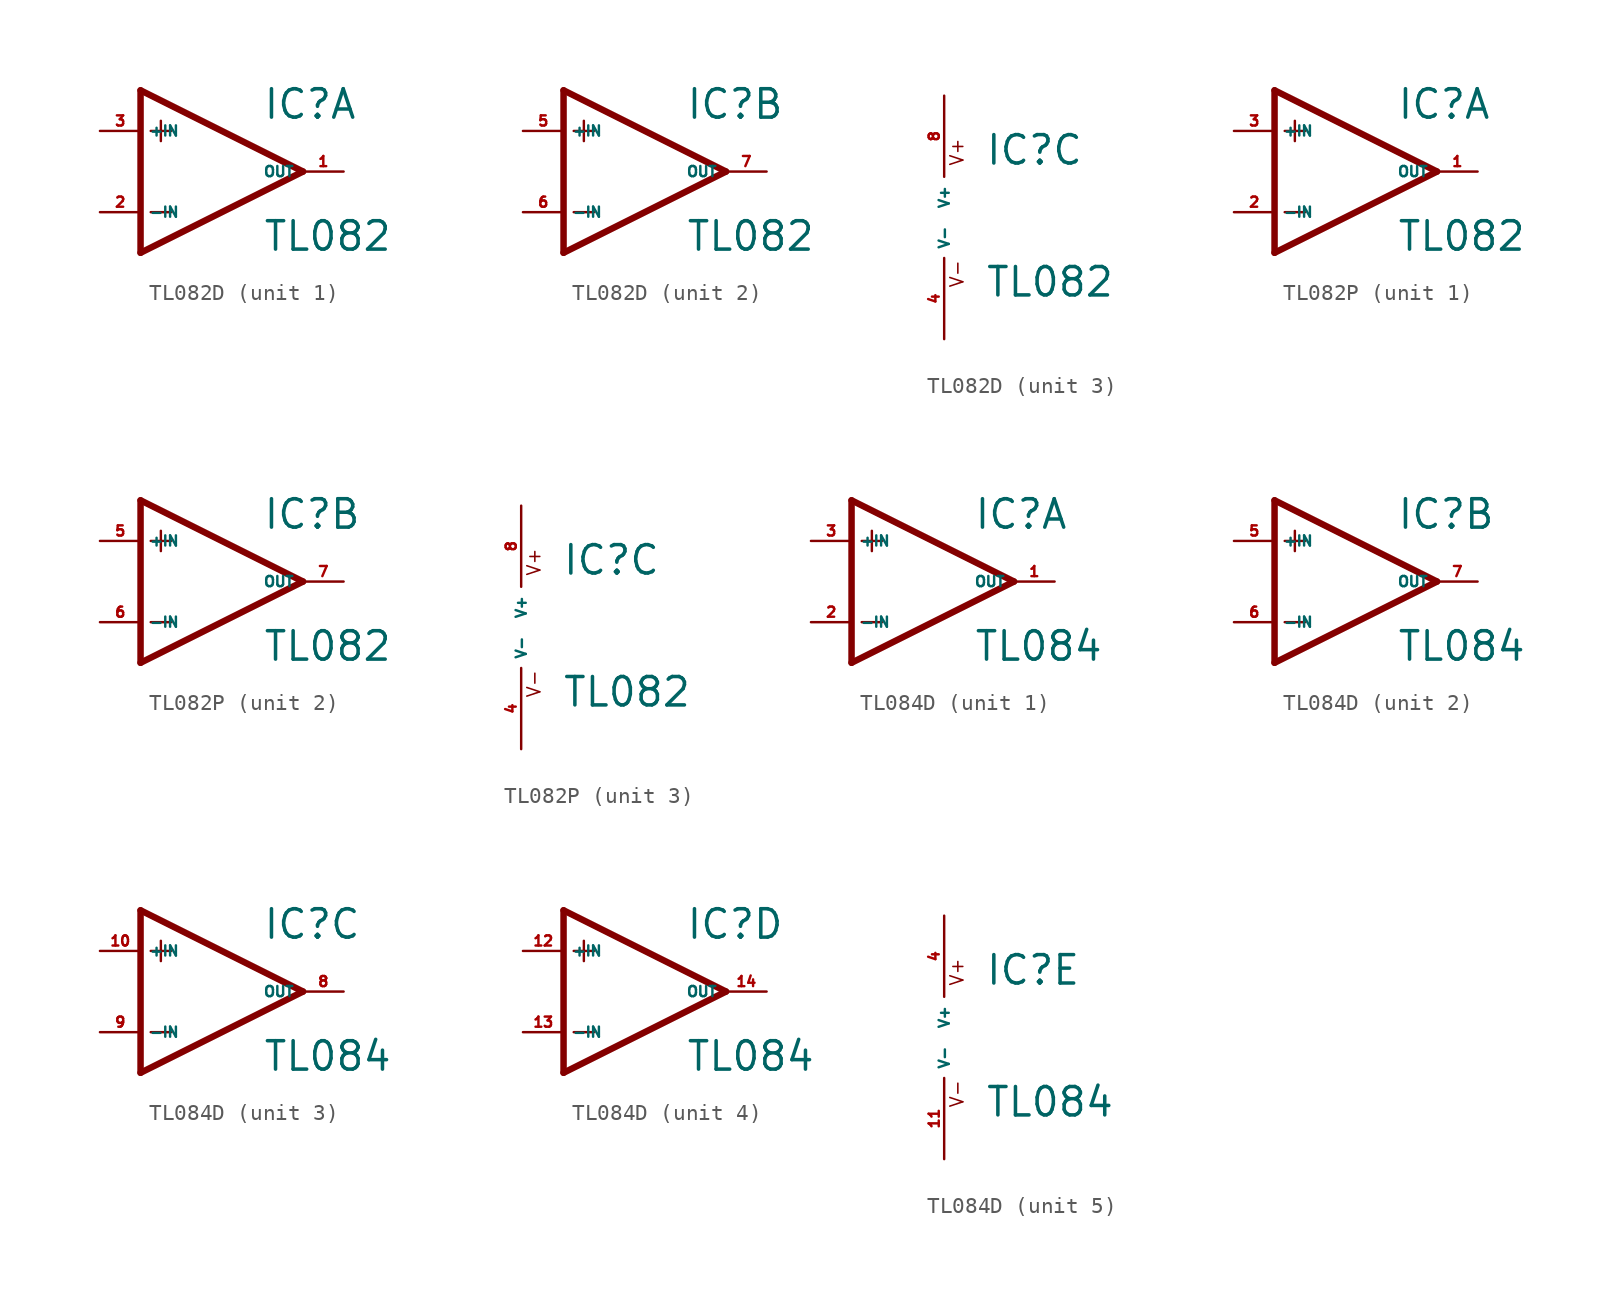
<source format=kicad_sym>
(kicad_symbol_lib
  (version 20220914)
  (generator Eagle2Kicad)
  (symbol "TL082D"
    (property "Reference" "IC"
      (at 2.54 3.175 0)
      (effects (font (size 1.778 1.778) (thickness 0.22)) (justify left bottom)))
    (property "Value" "TL082"
      (at 2.54 -5.08 0)
      (effects (font (size 1.778 1.778) (thickness 0.22)) (justify left bottom)))
    (symbol "TL082D_1_0"
      (polyline (pts (xy -5.08 5.08) (xy -5.08 -5.08)) (stroke (width 0.406) (type default)) (fill (type none)))
      (polyline (pts (xy -5.08 -5.08) (xy 5.08 0)) (stroke (width 0.406) (type default)) (fill (type none)))
      (polyline (pts (xy 5.08 0) (xy -5.08 5.08)) (stroke (width 0.406) (type default)) (fill (type none)))
      (polyline (pts (xy -3.81 3.175) (xy -3.81 1.905)) (stroke (width 0.152) (type default)) (fill (type none)))
      (polyline (pts (xy -4.445 2.54) (xy -3.175 2.54)) (stroke (width 0.152) (type default)) (fill (type none)))
      (polyline (pts (xy -4.445 -2.54) (xy -3.175 -2.54)) (stroke (width 0.152) (type default)) (fill (type none)))
      (pin input line (at -7.62 -2.54 0) (length 2.54) (name "-IN" (effects (font (size 0.635 0.635) (thickness 0.08)) (justify left bottom))) (number "2" (effects (font (size 0.635 0.635) (thickness 0.08)) (justify left bottom))))
      (pin input line (at -7.62 2.54 0) (length 2.54) (name "+IN" (effects (font (size 0.635 0.635) (thickness 0.08)) (justify left bottom))) (number "3" (effects (font (size 0.635 0.635) (thickness 0.08)) (justify left bottom))))
      (pin output line (at 7.62 0 180) (length 2.54) (name "OUT" (effects (font (size 0.635 0.635) (thickness 0.08)) (justify left bottom))) (number "1" (effects (font (size 0.635 0.635) (thickness 0.08)) (justify left bottom)))))
    (symbol "TL082D_2_0"
      (polyline (pts (xy -5.08 5.08) (xy -5.08 -5.08)) (stroke (width 0.406) (type default)) (fill (type none)))
      (polyline (pts (xy -5.08 -5.08) (xy 5.08 0)) (stroke (width 0.406) (type default)) (fill (type none)))
      (polyline (pts (xy 5.08 0) (xy -5.08 5.08)) (stroke (width 0.406) (type default)) (fill (type none)))
      (polyline (pts (xy -3.81 3.175) (xy -3.81 1.905)) (stroke (width 0.152) (type default)) (fill (type none)))
      (polyline (pts (xy -4.445 2.54) (xy -3.175 2.54)) (stroke (width 0.152) (type default)) (fill (type none)))
      (polyline (pts (xy -4.445 -2.54) (xy -3.175 -2.54)) (stroke (width 0.152) (type default)) (fill (type none)))
      (pin input line (at -7.62 -2.54 0) (length 2.54) (name "-IN" (effects (font (size 0.635 0.635) (thickness 0.08)) (justify left bottom))) (number "6" (effects (font (size 0.635 0.635) (thickness 0.08)) (justify left bottom))))
      (pin input line (at -7.62 2.54 0) (length 2.54) (name "+IN" (effects (font (size 0.635 0.635) (thickness 0.08)) (justify left bottom))) (number "5" (effects (font (size 0.635 0.635) (thickness 0.08)) (justify left bottom))))
      (pin output line (at 7.62 0 180) (length 2.54) (name "OUT" (effects (font (size 0.635 0.635) (thickness 0.08)) (justify left bottom))) (number "7" (effects (font (size 0.635 0.635) (thickness 0.08)) (justify left bottom)))))
    (symbol "TL082D_3_0"
      (text "V+" (at 1.27 3.175 900) (effects (font (size 0.813 0.813) (thickness 0.10)) (justify left bottom)))
      (text "V-" (at 1.27 -4.445 900) (effects (font (size 0.813 0.813) (thickness 0.10)) (justify left bottom)))
      (pin unspecified line (at 0 7.62 270) (length 5.08) (name "V+" (effects (font (size 0.635 0.635) (thickness 0.08)) (justify left bottom))) (number "8" (effects (font (size 0.635 0.635) (thickness 0.08)) (justify left bottom))))
      (pin unspecified line (at 0 -7.62 90) (length 5.08) (name "V-" (effects (font (size 0.635 0.635) (thickness 0.08)) (justify left bottom))) (number "4" (effects (font (size 0.635 0.635) (thickness 0.08)) (justify left bottom))))))
  (symbol "TL082P"
    (property "Reference" "IC"
      (at 2.54 3.175 0)
      (effects (font (size 1.778 1.778) (thickness 0.22)) (justify left bottom)))
    (property "Value" "TL082"
      (at 2.54 -5.08 0)
      (effects (font (size 1.778 1.778) (thickness 0.22)) (justify left bottom)))
    (symbol "TL082P_1_0"
      (polyline (pts (xy -5.08 5.08) (xy -5.08 -5.08)) (stroke (width 0.406) (type default)) (fill (type none)))
      (polyline (pts (xy -5.08 -5.08) (xy 5.08 0)) (stroke (width 0.406) (type default)) (fill (type none)))
      (polyline (pts (xy 5.08 0) (xy -5.08 5.08)) (stroke (width 0.406) (type default)) (fill (type none)))
      (polyline (pts (xy -3.81 3.175) (xy -3.81 1.905)) (stroke (width 0.152) (type default)) (fill (type none)))
      (polyline (pts (xy -4.445 2.54) (xy -3.175 2.54)) (stroke (width 0.152) (type default)) (fill (type none)))
      (polyline (pts (xy -4.445 -2.54) (xy -3.175 -2.54)) (stroke (width 0.152) (type default)) (fill (type none)))
      (pin input line (at -7.62 -2.54 0) (length 2.54) (name "-IN" (effects (font (size 0.635 0.635) (thickness 0.08)) (justify left bottom))) (number "2" (effects (font (size 0.635 0.635) (thickness 0.08)) (justify left bottom))))
      (pin input line (at -7.62 2.54 0) (length 2.54) (name "+IN" (effects (font (size 0.635 0.635) (thickness 0.08)) (justify left bottom))) (number "3" (effects (font (size 0.635 0.635) (thickness 0.08)) (justify left bottom))))
      (pin output line (at 7.62 0 180) (length 2.54) (name "OUT" (effects (font (size 0.635 0.635) (thickness 0.08)) (justify left bottom))) (number "1" (effects (font (size 0.635 0.635) (thickness 0.08)) (justify left bottom)))))
    (symbol "TL082P_2_0"
      (polyline (pts (xy -5.08 5.08) (xy -5.08 -5.08)) (stroke (width 0.406) (type default)) (fill (type none)))
      (polyline (pts (xy -5.08 -5.08) (xy 5.08 0)) (stroke (width 0.406) (type default)) (fill (type none)))
      (polyline (pts (xy 5.08 0) (xy -5.08 5.08)) (stroke (width 0.406) (type default)) (fill (type none)))
      (polyline (pts (xy -3.81 3.175) (xy -3.81 1.905)) (stroke (width 0.152) (type default)) (fill (type none)))
      (polyline (pts (xy -4.445 2.54) (xy -3.175 2.54)) (stroke (width 0.152) (type default)) (fill (type none)))
      (polyline (pts (xy -4.445 -2.54) (xy -3.175 -2.54)) (stroke (width 0.152) (type default)) (fill (type none)))
      (pin input line (at -7.62 -2.54 0) (length 2.54) (name "-IN" (effects (font (size 0.635 0.635) (thickness 0.08)) (justify left bottom))) (number "6" (effects (font (size 0.635 0.635) (thickness 0.08)) (justify left bottom))))
      (pin input line (at -7.62 2.54 0) (length 2.54) (name "+IN" (effects (font (size 0.635 0.635) (thickness 0.08)) (justify left bottom))) (number "5" (effects (font (size 0.635 0.635) (thickness 0.08)) (justify left bottom))))
      (pin output line (at 7.62 0 180) (length 2.54) (name "OUT" (effects (font (size 0.635 0.635) (thickness 0.08)) (justify left bottom))) (number "7" (effects (font (size 0.635 0.635) (thickness 0.08)) (justify left bottom)))))
    (symbol "TL082P_3_0"
      (text "V+" (at 1.27 3.175 900) (effects (font (size 0.813 0.813) (thickness 0.10)) (justify left bottom)))
      (text "V-" (at 1.27 -4.445 900) (effects (font (size 0.813 0.813) (thickness 0.10)) (justify left bottom)))
      (pin unspecified line (at 0 7.62 270) (length 5.08) (name "V+" (effects (font (size 0.635 0.635) (thickness 0.08)) (justify left bottom))) (number "8" (effects (font (size 0.635 0.635) (thickness 0.08)) (justify left bottom))))
      (pin unspecified line (at 0 -7.62 90) (length 5.08) (name "V-" (effects (font (size 0.635 0.635) (thickness 0.08)) (justify left bottom))) (number "4" (effects (font (size 0.635 0.635) (thickness 0.08)) (justify left bottom))))))
  (symbol "TL084D"
    (property "Reference" "IC"
      (at 2.54 3.175 0)
      (effects (font (size 1.778 1.778) (thickness 0.22)) (justify left bottom)))
    (property "Value" "TL084"
      (at 2.54 -5.08 0)
      (effects (font (size 1.778 1.778) (thickness 0.22)) (justify left bottom)))
    (symbol "TL084D_1_0"
      (polyline (pts (xy -5.08 5.08) (xy -5.08 -5.08)) (stroke (width 0.406) (type default)) (fill (type none)))
      (polyline (pts (xy -5.08 -5.08) (xy 5.08 0)) (stroke (width 0.406) (type default)) (fill (type none)))
      (polyline (pts (xy 5.08 0) (xy -5.08 5.08)) (stroke (width 0.406) (type default)) (fill (type none)))
      (polyline (pts (xy -3.81 3.175) (xy -3.81 1.905)) (stroke (width 0.152) (type default)) (fill (type none)))
      (polyline (pts (xy -4.445 2.54) (xy -3.175 2.54)) (stroke (width 0.152) (type default)) (fill (type none)))
      (polyline (pts (xy -4.445 -2.54) (xy -3.175 -2.54)) (stroke (width 0.152) (type default)) (fill (type none)))
      (pin input line (at -7.62 -2.54 0) (length 2.54) (name "-IN" (effects (font (size 0.635 0.635) (thickness 0.08)) (justify left bottom))) (number "2" (effects (font (size 0.635 0.635) (thickness 0.08)) (justify left bottom))))
      (pin input line (at -7.62 2.54 0) (length 2.54) (name "+IN" (effects (font (size 0.635 0.635) (thickness 0.08)) (justify left bottom))) (number "3" (effects (font (size 0.635 0.635) (thickness 0.08)) (justify left bottom))))
      (pin output line (at 7.62 0 180) (length 2.54) (name "OUT" (effects (font (size 0.635 0.635) (thickness 0.08)) (justify left bottom))) (number "1" (effects (font (size 0.635 0.635) (thickness 0.08)) (justify left bottom)))))
    (symbol "TL084D_2_0"
      (polyline (pts (xy -5.08 5.08) (xy -5.08 -5.08)) (stroke (width 0.406) (type default)) (fill (type none)))
      (polyline (pts (xy -5.08 -5.08) (xy 5.08 0)) (stroke (width 0.406) (type default)) (fill (type none)))
      (polyline (pts (xy 5.08 0) (xy -5.08 5.08)) (stroke (width 0.406) (type default)) (fill (type none)))
      (polyline (pts (xy -3.81 3.175) (xy -3.81 1.905)) (stroke (width 0.152) (type default)) (fill (type none)))
      (polyline (pts (xy -4.445 2.54) (xy -3.175 2.54)) (stroke (width 0.152) (type default)) (fill (type none)))
      (polyline (pts (xy -4.445 -2.54) (xy -3.175 -2.54)) (stroke (width 0.152) (type default)) (fill (type none)))
      (pin input line (at -7.62 -2.54 0) (length 2.54) (name "-IN" (effects (font (size 0.635 0.635) (thickness 0.08)) (justify left bottom))) (number "6" (effects (font (size 0.635 0.635) (thickness 0.08)) (justify left bottom))))
      (pin input line (at -7.62 2.54 0) (length 2.54) (name "+IN" (effects (font (size 0.635 0.635) (thickness 0.08)) (justify left bottom))) (number "5" (effects (font (size 0.635 0.635) (thickness 0.08)) (justify left bottom))))
      (pin output line (at 7.62 0 180) (length 2.54) (name "OUT" (effects (font (size 0.635 0.635) (thickness 0.08)) (justify left bottom))) (number "7" (effects (font (size 0.635 0.635) (thickness 0.08)) (justify left bottom)))))
    (symbol "TL084D_3_0"
      (polyline (pts (xy -5.08 5.08) (xy -5.08 -5.08)) (stroke (width 0.406) (type default)) (fill (type none)))
      (polyline (pts (xy -5.08 -5.08) (xy 5.08 0)) (stroke (width 0.406) (type default)) (fill (type none)))
      (polyline (pts (xy 5.08 0) (xy -5.08 5.08)) (stroke (width 0.406) (type default)) (fill (type none)))
      (polyline (pts (xy -3.81 3.175) (xy -3.81 1.905)) (stroke (width 0.152) (type default)) (fill (type none)))
      (polyline (pts (xy -4.445 2.54) (xy -3.175 2.54)) (stroke (width 0.152) (type default)) (fill (type none)))
      (polyline (pts (xy -4.445 -2.54) (xy -3.175 -2.54)) (stroke (width 0.152) (type default)) (fill (type none)))
      (pin input line (at -7.62 -2.54 0) (length 2.54) (name "-IN" (effects (font (size 0.635 0.635) (thickness 0.08)) (justify left bottom))) (number "9" (effects (font (size 0.635 0.635) (thickness 0.08)) (justify left bottom))))
      (pin input line (at -7.62 2.54 0) (length 2.54) (name "+IN" (effects (font (size 0.635 0.635) (thickness 0.08)) (justify left bottom))) (number "10" (effects (font (size 0.635 0.635) (thickness 0.08)) (justify left bottom))))
      (pin output line (at 7.62 0 180) (length 2.54) (name "OUT" (effects (font (size 0.635 0.635) (thickness 0.08)) (justify left bottom))) (number "8" (effects (font (size 0.635 0.635) (thickness 0.08)) (justify left bottom)))))
    (symbol "TL084D_4_0"
      (polyline (pts (xy -5.08 5.08) (xy -5.08 -5.08)) (stroke (width 0.406) (type default)) (fill (type none)))
      (polyline (pts (xy -5.08 -5.08) (xy 5.08 0)) (stroke (width 0.406) (type default)) (fill (type none)))
      (polyline (pts (xy 5.08 0) (xy -5.08 5.08)) (stroke (width 0.406) (type default)) (fill (type none)))
      (polyline (pts (xy -3.81 3.175) (xy -3.81 1.905)) (stroke (width 0.152) (type default)) (fill (type none)))
      (polyline (pts (xy -4.445 2.54) (xy -3.175 2.54)) (stroke (width 0.152) (type default)) (fill (type none)))
      (polyline (pts (xy -4.445 -2.54) (xy -3.175 -2.54)) (stroke (width 0.152) (type default)) (fill (type none)))
      (pin input line (at -7.62 -2.54 0) (length 2.54) (name "-IN" (effects (font (size 0.635 0.635) (thickness 0.08)) (justify left bottom))) (number "13" (effects (font (size 0.635 0.635) (thickness 0.08)) (justify left bottom))))
      (pin input line (at -7.62 2.54 0) (length 2.54) (name "+IN" (effects (font (size 0.635 0.635) (thickness 0.08)) (justify left bottom))) (number "12" (effects (font (size 0.635 0.635) (thickness 0.08)) (justify left bottom))))
      (pin output line (at 7.62 0 180) (length 2.54) (name "OUT" (effects (font (size 0.635 0.635) (thickness 0.08)) (justify left bottom))) (number "14" (effects (font (size 0.635 0.635) (thickness 0.08)) (justify left bottom)))))
    (symbol "TL084D_5_0"
      (text "V+" (at 1.27 3.175 900) (effects (font (size 0.813 0.813) (thickness 0.10)) (justify left bottom)))
      (text "V-" (at 1.27 -4.445 900) (effects (font (size 0.813 0.813) (thickness 0.10)) (justify left bottom)))
      (pin unspecified line (at 0 7.62 270) (length 5.08) (name "V+" (effects (font (size 0.635 0.635) (thickness 0.08)) (justify left bottom))) (number "4" (effects (font (size 0.635 0.635) (thickness 0.08)) (justify left bottom))))
      (pin unspecified line (at 0 -7.62 90) (length 5.08) (name "V-" (effects (font (size 0.635 0.635) (thickness 0.08)) (justify left bottom))) (number "11" (effects (font (size 0.635 0.635) (thickness 0.08)) (justify left bottom)))))))
</source>
